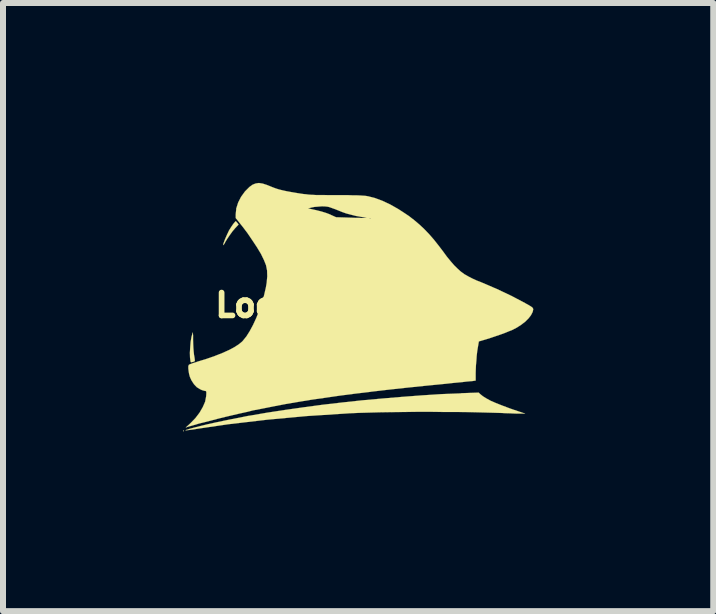
<source format=kicad_pcb>
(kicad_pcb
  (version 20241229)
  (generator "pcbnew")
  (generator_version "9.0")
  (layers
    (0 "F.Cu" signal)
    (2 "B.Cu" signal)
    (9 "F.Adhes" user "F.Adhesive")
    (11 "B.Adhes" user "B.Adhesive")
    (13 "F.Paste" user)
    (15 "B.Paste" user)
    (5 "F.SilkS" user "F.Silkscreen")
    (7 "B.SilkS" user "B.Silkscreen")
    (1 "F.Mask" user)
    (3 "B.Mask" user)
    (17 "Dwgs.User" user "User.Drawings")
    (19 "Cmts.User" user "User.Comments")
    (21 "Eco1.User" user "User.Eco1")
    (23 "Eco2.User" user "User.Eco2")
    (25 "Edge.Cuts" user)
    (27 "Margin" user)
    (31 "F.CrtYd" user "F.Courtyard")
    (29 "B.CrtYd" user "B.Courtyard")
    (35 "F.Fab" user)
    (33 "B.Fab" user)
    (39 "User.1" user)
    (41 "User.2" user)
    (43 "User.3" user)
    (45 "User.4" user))
  (footprint "Logo_Front_5mm"
    (layer "F.Cu")
    (at 2.94 2.038)
    (property "Reference" "Logo_Front_5mm" (at 0 0 0) (layer "F.SilkS") (effects (font (size 0.381 0.381) (thickness 0.127))))
    (attr through_hole)
    (fp_poly (pts (xy -2.924 2.093) (xy -2.924 2.101) (xy -2.931 2.101) (xy -2.939 2.095) (xy -2.936 2.093) (xy -2.924 2.093)) (stroke (width 0.003) (type solid)) (fill yes) (layer "F.SilkS"))
    (fp_poly (pts (xy -2.012 -1.344) (xy -2.068 -1.285) (xy -2.113 -1.232) (xy -2.159 -1.168) (xy -2.202 -1.105) (xy -2.238 -1.046) (xy -2.238 -1.041) (xy -2.256 -1.013) (xy -2.266 -1.001) (xy -2.268 -1.003) (xy -2.266 -1.024) (xy -2.24 -1.095) (xy -2.207 -1.171) (xy -2.172 -1.245) (xy -2.134 -1.306) (xy -2.126 -1.318) (xy -2.101 -1.354) (xy -2.08 -1.379) (xy -2.065 -1.397) (xy -2.06 -1.4) (xy -2.05 -1.392) (xy -2.035 -1.374) (xy -2.032 -1.372) (xy -2.012 -1.344)) (stroke (width 0.003) (type solid)) (fill yes) (layer "F.SilkS"))
    (fp_poly (pts (xy -2.741 0.93) (xy -2.748 0.937) (xy -2.769 0.945) (xy -2.776 0.947) (xy -2.799 0.953) (xy -2.809 0.95) (xy -2.814 0.937) (xy -2.822 0.871) (xy -2.824 0.792) (xy -2.819 0.706) (xy -2.812 0.615) (xy -2.797 0.528) (xy -2.786 0.49) (xy -2.781 0.47) (xy -2.776 0.457) (xy -2.774 0.457) (xy -2.774 0.47) (xy -2.771 0.5) (xy -2.771 0.544) (xy -2.771 0.579) (xy -2.769 0.643) (xy -2.766 0.709) (xy -2.761 0.772) (xy -2.756 0.82) (xy -2.756 0.823) (xy -2.748 0.866) (xy -2.743 0.902) (xy -2.741 0.925) (xy -2.741 0.93)) (stroke (width 0.003) (type solid)) (fill yes) (layer "F.SilkS"))
    (fp_poly (pts (xy 2.766 1.808) (xy 2.7 1.808) (xy 2.672 1.808) (xy 2.626 1.808) (xy 2.57 1.806) (xy 2.504 1.803) (xy 2.431 1.801) (xy 2.385 1.798) (xy 2.212 1.793) (xy 2.024 1.788) (xy 1.824 1.783) (xy 1.618 1.781) (xy 1.405 1.781) (xy 1.189 1.778) (xy 0.975 1.778) (xy 0.762 1.781) (xy 0.554 1.783) (xy 0.356 1.786) (xy 0.168 1.791) (xy -0.008 1.796) (xy -0.168 1.803) (xy -0.211 1.806) (xy -0.876 1.849) (xy -1.537 1.91) (xy -2.187 1.986) (xy -2.692 2.06) (xy -2.771 2.073) (xy -2.827 2.08) (xy -2.868 2.085) (xy -2.891 2.088) (xy -2.896 2.085) (xy -2.885 2.08) (xy -2.86 2.073) (xy -2.83 2.062) (xy -2.746 2.04) (xy -2.644 2.014) (xy -2.53 1.986) (xy -2.403 1.958) (xy -2.271 1.93) (xy -2.134 1.902) (xy -1.994 1.875) (xy -1.857 1.847) (xy -1.816 1.841) (xy -1.539 1.793) (xy -1.245 1.748) (xy -0.935 1.704) (xy -0.615 1.661) (xy -0.287 1.623) (xy 0.046 1.587) (xy 0.381 1.557) (xy 0.716 1.529) (xy 1.046 1.504) (xy 1.372 1.483) (xy 1.687 1.471) (xy 1.699 1.468) (xy 1.991 1.458) (xy 2.017 1.483) (xy 2.062 1.519) (xy 2.118 1.554) (xy 2.189 1.593) (xy 2.276 1.631) (xy 2.377 1.671) (xy 2.499 1.717) (xy 2.555 1.737) (xy 2.766 1.808)) (stroke (width 0.003) (type solid)) (fill yes) (layer "F.SilkS"))
    (fp_poly (pts (xy 2.901 0.069) (xy 2.891 0.114) (xy 2.863 0.168) (xy 2.822 0.221) (xy 2.769 0.274) (xy 2.703 0.325) (xy 2.629 0.373) (xy 2.55 0.414) (xy 2.499 0.434) (xy 2.436 0.46) (xy 2.36 0.488) (xy 2.278 0.516) (xy 2.195 0.544) (xy 2.116 0.569) (xy 1.994 0.605) (xy 1.984 0.665) (xy 1.976 0.711) (xy 1.966 0.775) (xy 1.958 0.846) (xy 1.953 0.922) (xy 1.946 0.998) (xy 1.943 1.069) (xy 1.941 1.13) (xy 1.941 1.151) (xy 1.941 1.257) (xy 1.892 1.265) (xy 1.872 1.267) (xy 1.834 1.27) (xy 1.781 1.275) (xy 1.717 1.283) (xy 1.641 1.29) (xy 1.557 1.298) (xy 1.468 1.308) (xy 1.44 1.311) (xy 1.102 1.344) (xy 0.782 1.377) (xy 0.48 1.41) (xy 0.196 1.443) (xy 0.188 1.445) (xy 0.188 -1.443) (xy 0.185 -1.448) (xy 0.175 -1.448) (xy 0.173 -1.448) (xy 0.175 -1.44) (xy 0.18 -1.44) (xy 0.188 -1.443) (xy 0.188 1.445) (xy 0.122 1.453) (xy 0.122 -1.453) (xy 0.119 -1.455) (xy 0.104 -1.458) (xy 0.069 -1.466) (xy 0.038 -1.471) (xy -0.058 -1.488) (xy -0.14 -1.509) (xy -0.216 -1.529) (xy -0.287 -1.554) (xy -0.351 -1.58) (xy -0.401 -1.6) (xy -0.452 -1.618) (xy -0.493 -1.633) (xy -0.523 -1.641) (xy -0.566 -1.646) (xy -0.622 -1.648) (xy -0.686 -1.643) (xy -0.747 -1.638) (xy -0.798 -1.628) (xy -0.805 -1.626) (xy -0.856 -1.613) (xy -0.815 -1.605) (xy -0.724 -1.585) (xy -0.632 -1.562) (xy -0.551 -1.537) (xy -0.483 -1.511) (xy -0.475 -1.506) (xy -0.386 -1.466) (xy -0.185 -1.46) (xy -0.119 -1.458) (xy -0.053 -1.455) (xy 0.003 -1.455) (xy 0.048 -1.453) (xy 0.079 -1.453) (xy 0.081 -1.453) (xy 0.107 -1.453) (xy 0.122 -1.453) (xy 0.122 1.453) (xy -0.074 1.476) (xy -0.328 1.509) (xy -0.569 1.544) (xy -0.8 1.577) (xy -1.019 1.613) (xy -1.227 1.648) (xy -1.427 1.687) (xy -1.618 1.725) (xy -1.775 1.755) (xy -1.877 1.781) (xy -1.991 1.806) (xy -2.111 1.834) (xy -2.23 1.862) (xy -2.352 1.892) (xy -2.469 1.923) (xy -2.578 1.951) (xy -2.68 1.976) (xy -2.766 2.002) (xy -2.837 2.022) (xy -2.845 2.024) (xy -2.893 2.04) (xy -2.814 1.968) (xy -2.731 1.882) (xy -2.662 1.791) (xy -2.609 1.699) (xy -2.57 1.61) (xy -2.553 1.521) (xy -2.55 1.478) (xy -2.55 1.448) (xy -2.555 1.435) (xy -2.565 1.43) (xy -2.573 1.43) (xy -2.593 1.425) (xy -2.626 1.415) (xy -2.657 1.4) (xy -2.71 1.367) (xy -2.756 1.318) (xy -2.797 1.255) (xy -2.807 1.234) (xy -2.824 1.196) (xy -2.837 1.148) (xy -2.845 1.1) (xy -2.85 1.054) (xy -2.85 1.019) (xy -2.842 0.996) (xy -2.83 0.988) (xy -2.804 0.978) (xy -2.764 0.963) (xy -2.718 0.95) (xy -2.708 0.945) (xy -2.55 0.897) (xy -2.41 0.848) (xy -2.283 0.798) (xy -2.174 0.749) (xy -2.083 0.701) (xy -2.009 0.653) (xy -1.953 0.607) (xy -1.941 0.594) (xy -1.882 0.521) (xy -1.826 0.432) (xy -1.77 0.328) (xy -1.717 0.213) (xy -1.669 0.091) (xy -1.626 -0.036) (xy -1.587 -0.165) (xy -1.557 -0.295) (xy -1.544 -0.371) (xy -1.534 -0.48) (xy -1.537 -0.579) (xy -1.554 -0.663) (xy -1.554 -0.665) (xy -1.59 -0.754) (xy -1.638 -0.853) (xy -1.704 -0.963) (xy -1.781 -1.079) (xy -1.867 -1.206) (xy -1.943 -1.306) (xy -2.06 -1.453) (xy -2.06 -1.514) (xy -2.05 -1.615) (xy -2.019 -1.712) (xy -1.971 -1.806) (xy -1.905 -1.897) (xy -1.887 -1.915) (xy -1.831 -1.971) (xy -1.778 -2.009) (xy -1.727 -2.029) (xy -1.674 -2.037) (xy -1.61 -2.027) (xy -1.539 -2.004) (xy -1.506 -1.991) (xy -1.45 -1.968) (xy -1.397 -1.948) (xy -1.341 -1.93) (xy -1.28 -1.915) (xy -1.212 -1.9) (xy -1.13 -1.885) (xy -1.036 -1.869) (xy -0.96 -1.857) (xy -0.922 -1.852) (xy -0.886 -1.849) (xy -0.851 -1.844) (xy -0.813 -1.841) (xy -0.77 -1.839) (xy -0.719 -1.836) (xy -0.658 -1.836) (xy -0.584 -1.836) (xy -0.495 -1.834) (xy -0.389 -1.834) (xy -0.381 -1.834) (xy -0.269 -1.834) (xy -0.178 -1.834) (xy -0.102 -1.831) (xy -0.041 -1.831) (xy 0.01 -1.829) (xy 0.053 -1.826) (xy 0.086 -1.824) (xy 0.114 -1.821) (xy 0.142 -1.816) (xy 0.145 -1.816) (xy 0.262 -1.786) (xy 0.386 -1.74) (xy 0.516 -1.679) (xy 0.65 -1.603) (xy 0.729 -1.552) (xy 0.828 -1.486) (xy 0.917 -1.417) (xy 1.001 -1.346) (xy 1.082 -1.27) (xy 1.163 -1.186) (xy 1.245 -1.092) (xy 1.331 -0.983) (xy 1.389 -0.907) (xy 1.46 -0.81) (xy 1.524 -0.732) (xy 1.582 -0.665) (xy 1.638 -0.61) (xy 1.692 -0.561) (xy 1.75 -0.518) (xy 1.811 -0.483) (xy 1.88 -0.447) (xy 1.958 -0.411) (xy 2.035 -0.381) (xy 2.296 -0.269) (xy 2.543 -0.152) (xy 2.774 -0.03) (xy 2.776 -0.028) (xy 2.827 0) (xy 2.86 0.02) (xy 2.883 0.036) (xy 2.893 0.048) (xy 2.898 0.058) (xy 2.901 0.069)) (stroke (width 0.003) (type solid)) (fill yes) (layer "F.SilkS")))
  (gr_rect
    (start -3 -3)
    (end 8.842 7.14)
    (stroke (width 0.1) (type default))
    (fill no)
    (layer "Edge.Cuts")))
</source>
